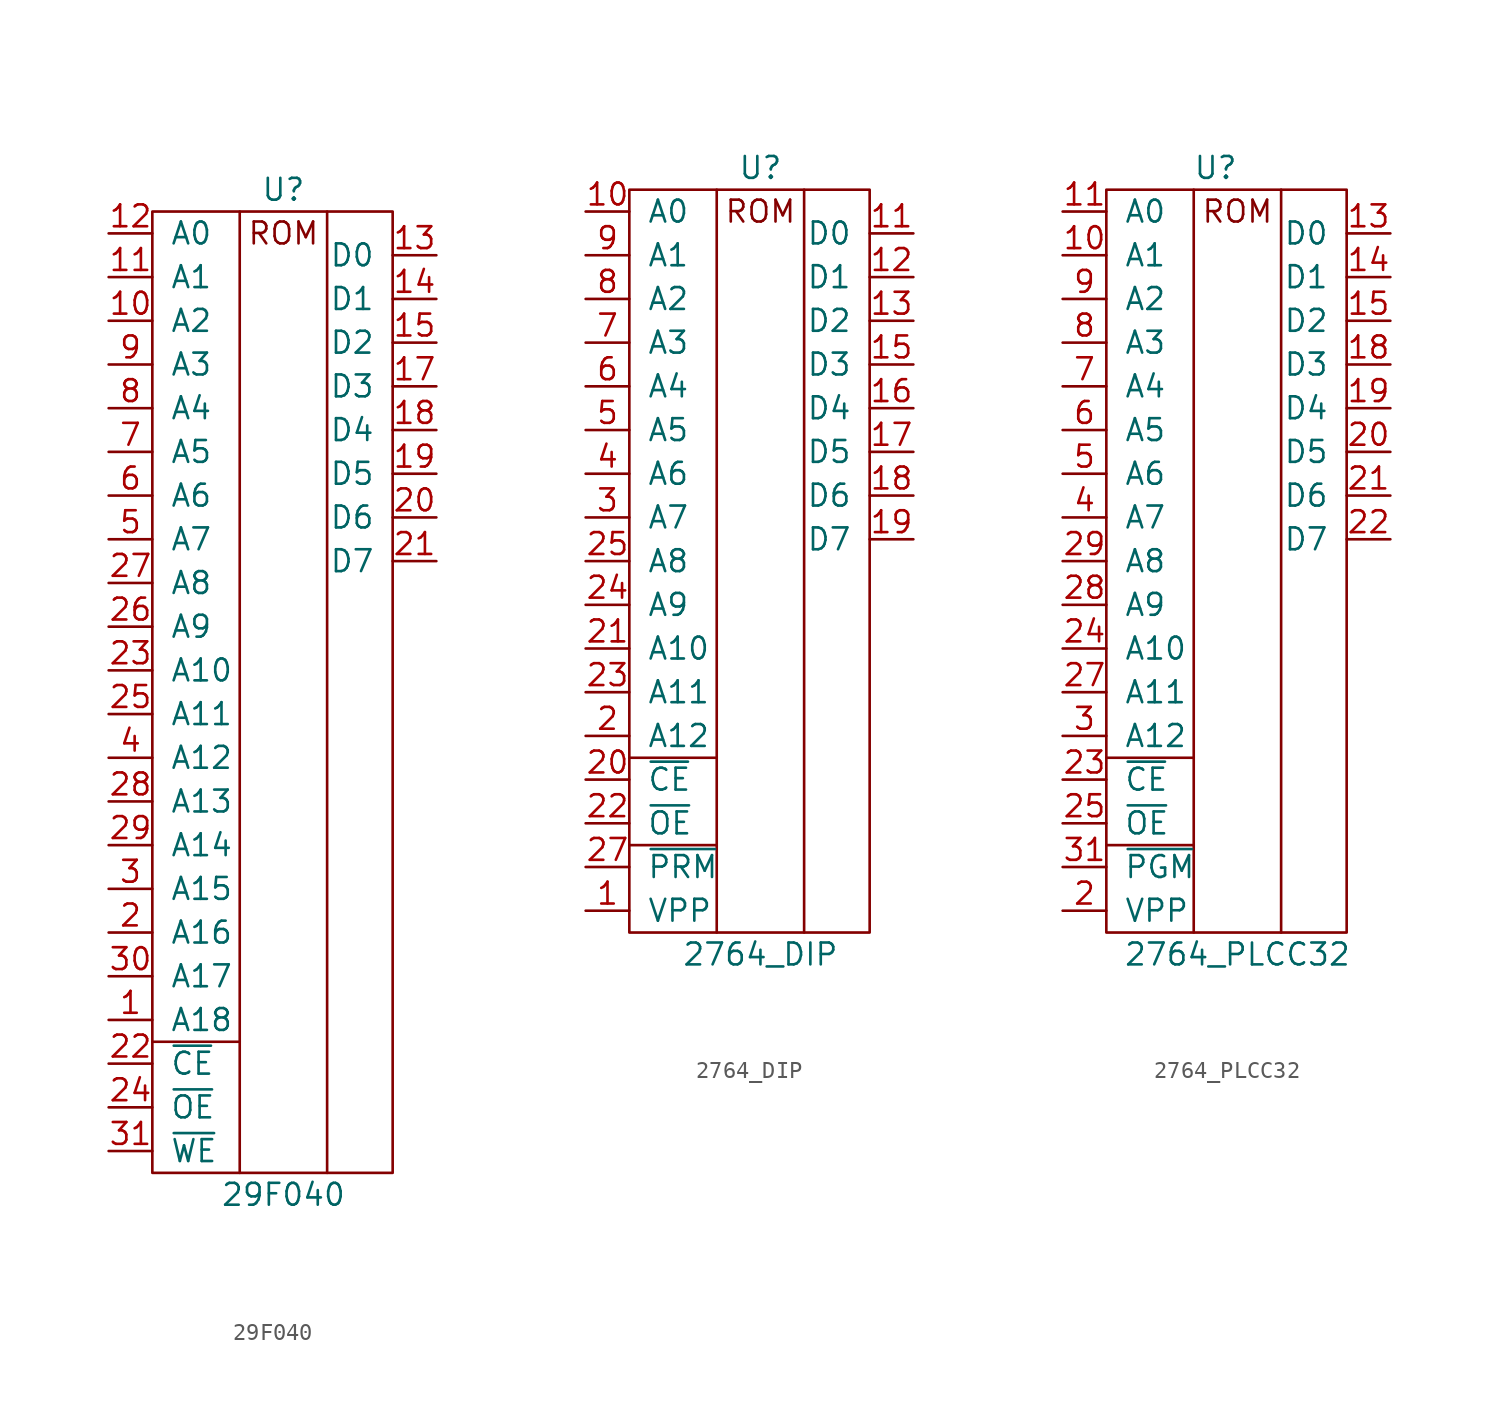
<source format=kicad_sym>
(kicad_symbol_lib
  (version 20211014)
  (generator kicad_symbol_editor)
  (symbol "29F040"
    (pin_names
      (offset 1.016))
    (property "Reference" "U"
      (at 0 27.94 0)
      (effects (font (size 1.27 1.27))))
    (property "Value" "29F040"
      (at 0 -30.48 0)
      (effects (font (size 1.27 1.27))))
    (symbol "29F040_1_1"
      (rectangle (start -7.62 26.67) (end 6.35 -29.21) (stroke (width 0) (type default) (color 0 0 0 0)) (fill (type none)))
      (polyline (pts (xy -7.62 -21.59) (xy -2.54 -21.59)) (stroke (width 0) (type default) (color 0 0 0 0)) (fill (type none)))
      (polyline (pts (xy -2.54 -29.21) (xy -2.54 26.67)) (stroke (width 0) (type default) (color 0 0 0 0)) (fill (type none)))
      (polyline (pts (xy 2.54 26.67) (xy 2.54 -29.21)) (stroke (width 0) (type default) (color 0 0 0 0)) (fill (type none)))
      (text "ROM" (at 0 25.4 0) (effects (font (size 1.27 1.27))))
      (pin input line (at -10.16 -20.32 0) (length 2.54) (name "A18" (effects (font (size 1.27 1.27)))) (number "1" (effects (font (size 1.27 1.27)))))
      (pin input line (at -10.16 20.32 0) (length 2.54) (name "A2" (effects (font (size 1.27 1.27)))) (number "10" (effects (font (size 1.27 1.27)))))
      (pin input line (at -10.16 22.86 0) (length 2.54) (name "A1" (effects (font (size 1.27 1.27)))) (number "11" (effects (font (size 1.27 1.27)))))
      (pin input line (at -10.16 25.4 0) (length 2.54) (name "A0" (effects (font (size 1.27 1.27)))) (number "12" (effects (font (size 1.27 1.27)))))
      (pin bidirectional line (at 8.89 24.13 180) (length 2.54) (name "D0" (effects (font (size 1.27 1.27)))) (number "13" (effects (font (size 1.27 1.27)))))
      (pin bidirectional line (at 8.89 21.59 180) (length 2.54) (name "D1" (effects (font (size 1.27 1.27)))) (number "14" (effects (font (size 1.27 1.27)))))
      (pin bidirectional line (at 8.89 19.05 180) (length 2.54) (name "D2" (effects (font (size 1.27 1.27)))) (number "15" (effects (font (size 1.27 1.27)))))
      (pin power_in line (at 6.35 -29.21 180) (length 0) hide (name "GND" (effects (font (size 1.27 1.27)))) (number "16" (effects (font (size 1.27 1.27)))))
      (pin bidirectional line (at 8.89 16.51 180) (length 2.54) (name "D3" (effects (font (size 1.27 1.27)))) (number "17" (effects (font (size 1.27 1.27)))))
      (pin bidirectional line (at 8.89 13.97 180) (length 2.54) (name "D4" (effects (font (size 1.27 1.27)))) (number "18" (effects (font (size 1.27 1.27)))))
      (pin bidirectional line (at 8.89 11.43 180) (length 2.54) (name "D5" (effects (font (size 1.27 1.27)))) (number "19" (effects (font (size 1.27 1.27)))))
      (pin input line (at -10.16 -15.24 0) (length 2.54) (name "A16" (effects (font (size 1.27 1.27)))) (number "2" (effects (font (size 1.27 1.27)))))
      (pin bidirectional line (at 8.89 8.89 180) (length 2.54) (name "D6" (effects (font (size 1.27 1.27)))) (number "20" (effects (font (size 1.27 1.27)))))
      (pin bidirectional line (at 8.89 6.35 180) (length 2.54) (name "D7" (effects (font (size 1.27 1.27)))) (number "21" (effects (font (size 1.27 1.27)))))
      (pin input line (at -10.16 -22.86 0) (length 2.54) (name "~{CE}" (effects (font (size 1.27 1.27)))) (number "22" (effects (font (size 1.27 1.27)))))
      (pin input line (at -10.16 0 0) (length 2.54) (name "A10" (effects (font (size 1.27 1.27)))) (number "23" (effects (font (size 1.27 1.27)))))
      (pin input line (at -10.16 -25.4 0) (length 2.54) (name "~{OE}" (effects (font (size 1.27 1.27)))) (number "24" (effects (font (size 1.27 1.27)))))
      (pin input line (at -10.16 -2.54 0) (length 2.54) (name "A11" (effects (font (size 1.27 1.27)))) (number "25" (effects (font (size 1.27 1.27)))))
      (pin input line (at -10.16 2.54 0) (length 2.54) (name "A9" (effects (font (size 1.27 1.27)))) (number "26" (effects (font (size 1.27 1.27)))))
      (pin input line (at -10.16 5.08 0) (length 2.54) (name "A8" (effects (font (size 1.27 1.27)))) (number "27" (effects (font (size 1.27 1.27)))))
      (pin input line (at -10.16 -7.62 0) (length 2.54) (name "A13" (effects (font (size 1.27 1.27)))) (number "28" (effects (font (size 1.27 1.27)))))
      (pin input line (at -10.16 -10.16 0) (length 2.54) (name "A14" (effects (font (size 1.27 1.27)))) (number "29" (effects (font (size 1.27 1.27)))))
      (pin input line (at -10.16 -12.7 0) (length 2.54) (name "A15" (effects (font (size 1.27 1.27)))) (number "3" (effects (font (size 1.27 1.27)))))
      (pin input line (at -10.16 -17.78 0) (length 2.54) (name "A17" (effects (font (size 1.27 1.27)))) (number "30" (effects (font (size 1.27 1.27)))))
      (pin input line (at -10.16 -27.94 0) (length 2.54) (name "~{WE}" (effects (font (size 1.27 1.27)))) (number "31" (effects (font (size 1.27 1.27)))))
      (pin power_in line (at 6.35 26.67 180) (length 0) hide (name "VCC" (effects (font (size 1.27 1.27)))) (number "32" (effects (font (size 1.27 1.27)))))
      (pin input line (at -10.16 -5.08 0) (length 2.54) (name "A12" (effects (font (size 1.27 1.27)))) (number "4" (effects (font (size 1.27 1.27)))))
      (pin input line (at -10.16 7.62 0) (length 2.54) (name "A7" (effects (font (size 1.27 1.27)))) (number "5" (effects (font (size 1.27 1.27)))))
      (pin input line (at -10.16 10.16 0) (length 2.54) (name "A6" (effects (font (size 1.27 1.27)))) (number "6" (effects (font (size 1.27 1.27)))))
      (pin input line (at -10.16 12.7 0) (length 2.54) (name "A5" (effects (font (size 1.27 1.27)))) (number "7" (effects (font (size 1.27 1.27)))))
      (pin input line (at -10.16 15.24 0) (length 2.54) (name "A4" (effects (font (size 1.27 1.27)))) (number "8" (effects (font (size 1.27 1.27)))))
      (pin input line (at -10.16 17.78 0) (length 2.54) (name "A3" (effects (font (size 1.27 1.27)))) (number "9" (effects (font (size 1.27 1.27)))))))
  (symbol "2764_DIP"
    (pin_names
      (offset 1.016))
    (property "Reference" "U"
      (at 0 22.86 0)
      (effects (font (size 1.27 1.27))))
    (property "Value" "2764_DIP"
      (at 0 -22.86 0)
      (effects (font (size 1.27 1.27))))
    (symbol "2764_DIP_0_0"
      (polyline (pts (xy 2.54 21.59) (xy 2.54 -21.59)) (stroke (width 0) (type default) (color 0 0 0 0)) (fill (type none)))
      (text "ROM" (at 0 20.32 0) (effects (font (size 1.27 1.27)))))
    (symbol "2764_DIP_0_1"
      (rectangle (start -7.62 21.59) (end 6.35 -21.59) (stroke (width 0) (type default) (color 0 0 0 0)) (fill (type none)))
      (polyline (pts (xy -7.62 -16.51) (xy -2.54 -16.51)) (stroke (width 0) (type default) (color 0 0 0 0)) (fill (type none)))
      (polyline (pts (xy -7.62 -11.43) (xy -2.54 -11.43)) (stroke (width 0) (type default) (color 0 0 0 0)) (fill (type none)))
      (polyline (pts (xy -2.54 -21.59) (xy -2.54 21.59)) (stroke (width 0) (type default) (color 0 0 0 0)) (fill (type none)))
      (pin power_in line (at 6.35 -21.59 180) (length 0) hide (name "GND" (effects (font (size 1.27 1.27)))) (number "14" (effects (font (size 1.27 1.27)))))
      (pin power_in line (at 6.35 21.59 180) (length 0) hide (name "VCC" (effects (font (size 1.27 1.27)))) (number "28" (effects (font (size 1.27 1.27))))))
    (symbol "2764_DIP_1_1"
      (pin input line (at -10.16 -20.32 0) (length 2.54) (name "VPP" (effects (font (size 1.27 1.27)))) (number "1" (effects (font (size 1.27 1.27)))))
      (pin input line (at -10.16 20.32 0) (length 2.54) (name "A0" (effects (font (size 1.27 1.27)))) (number "10" (effects (font (size 1.27 1.27)))))
      (pin output line (at 8.89 19.05 180) (length 2.54) (name "D0" (effects (font (size 1.27 1.27)))) (number "11" (effects (font (size 1.27 1.27)))))
      (pin output line (at 8.89 16.51 180) (length 2.54) (name "D1" (effects (font (size 1.27 1.27)))) (number "12" (effects (font (size 1.27 1.27)))))
      (pin output line (at 8.89 13.97 180) (length 2.54) (name "D2" (effects (font (size 1.27 1.27)))) (number "13" (effects (font (size 1.27 1.27)))))
      (pin output line (at 8.89 11.43 180) (length 2.54) (name "D3" (effects (font (size 1.27 1.27)))) (number "15" (effects (font (size 1.27 1.27)))))
      (pin output line (at 8.89 8.89 180) (length 2.54) (name "D4" (effects (font (size 1.27 1.27)))) (number "16" (effects (font (size 1.27 1.27)))))
      (pin output line (at 8.89 6.35 180) (length 2.54) (name "D5" (effects (font (size 1.27 1.27)))) (number "17" (effects (font (size 1.27 1.27)))))
      (pin output line (at 8.89 3.81 180) (length 2.54) (name "D6" (effects (font (size 1.27 1.27)))) (number "18" (effects (font (size 1.27 1.27)))))
      (pin output line (at 8.89 1.27 180) (length 2.54) (name "D7" (effects (font (size 1.27 1.27)))) (number "19" (effects (font (size 1.27 1.27)))))
      (pin input line (at -10.16 -10.16 0) (length 2.54) (name "A12" (effects (font (size 1.27 1.27)))) (number "2" (effects (font (size 1.27 1.27)))))
      (pin input line (at -10.16 -12.7 0) (length 2.54) (name "~{CE}" (effects (font (size 1.27 1.27)))) (number "20" (effects (font (size 1.27 1.27)))))
      (pin input line (at -10.16 -5.08 0) (length 2.54) (name "A10" (effects (font (size 1.27 1.27)))) (number "21" (effects (font (size 1.27 1.27)))))
      (pin input line (at -10.16 -15.24 0) (length 2.54) (name "~{OE}" (effects (font (size 1.27 1.27)))) (number "22" (effects (font (size 1.27 1.27)))))
      (pin input line (at -10.16 -7.62 0) (length 2.54) (name "A11" (effects (font (size 1.27 1.27)))) (number "23" (effects (font (size 1.27 1.27)))))
      (pin input line (at -10.16 -2.54 0) (length 2.54) (name "A9" (effects (font (size 1.27 1.27)))) (number "24" (effects (font (size 1.27 1.27)))))
      (pin input line (at -10.16 0 0) (length 2.54) (name "A8" (effects (font (size 1.27 1.27)))) (number "25" (effects (font (size 1.27 1.27)))))
      (pin no_connect line (at 6.35 -19.05 180) (length 0) hide (name "NC" (effects (font (size 1.27 1.27)))) (number "26" (effects (font (size 1.27 1.27)))))
      (pin input line (at -10.16 -17.78 0) (length 2.54) (name "~{PRM}" (effects (font (size 1.27 1.27)))) (number "27" (effects (font (size 1.27 1.27)))))
      (pin input line (at -10.16 2.54 0) (length 2.54) (name "A7" (effects (font (size 1.27 1.27)))) (number "3" (effects (font (size 1.27 1.27)))))
      (pin input line (at -10.16 5.08 0) (length 2.54) (name "A6" (effects (font (size 1.27 1.27)))) (number "4" (effects (font (size 1.27 1.27)))))
      (pin input line (at -10.16 7.62 0) (length 2.54) (name "A5" (effects (font (size 1.27 1.27)))) (number "5" (effects (font (size 1.27 1.27)))))
      (pin input line (at -10.16 10.16 0) (length 2.54) (name "A4" (effects (font (size 1.27 1.27)))) (number "6" (effects (font (size 1.27 1.27)))))
      (pin input line (at -10.16 12.7 0) (length 2.54) (name "A3" (effects (font (size 1.27 1.27)))) (number "7" (effects (font (size 1.27 1.27)))))
      (pin input line (at -10.16 15.24 0) (length 2.54) (name "A2" (effects (font (size 1.27 1.27)))) (number "8" (effects (font (size 1.27 1.27)))))
      (pin input line (at -10.16 17.78 0) (length 2.54) (name "A1" (effects (font (size 1.27 1.27)))) (number "9" (effects (font (size 1.27 1.27)))))))
  (symbol "2764_PLCC32"
    (pin_names
      (offset 1.016))
    (property "Reference" "U"
      (at -1.27 22.86 0)
      (effects (font (size 1.27 1.27))))
    (property "Value" "2764_PLCC32"
      (at 0 -22.86 0)
      (effects (font (size 1.27 1.27))))
    (symbol "2764_PLCC32_0_0"
      (text "ROM" (at 0 20.32 0) (effects (font (size 1.27 1.27)))))
    (symbol "2764_PLCC32_0_1"
      (rectangle (start -7.62 21.59) (end 6.35 -21.59) (stroke (width 0) (type default) (color 0 0 0 0)) (fill (type none)))
      (polyline (pts (xy -7.62 -16.51) (xy -2.54 -16.51)) (stroke (width 0) (type default) (color 0 0 0 0)) (fill (type none)))
      (polyline (pts (xy -7.62 -11.43) (xy -2.54 -11.43)) (stroke (width 0) (type default) (color 0 0 0 0)) (fill (type none)))
      (polyline (pts (xy -2.54 -21.59) (xy -2.54 21.59)) (stroke (width 0) (type default) (color 0 0 0 0)) (fill (type none)))
      (polyline (pts (xy 2.54 21.59) (xy 2.54 -21.59)) (stroke (width 0) (type default) (color 0 0 0 0)) (fill (type none)))
      (pin power_in line (at 6.35 -21.59 180) (length 0) hide (name "GND" (effects (font (size 1.27 1.27)))) (number "16" (effects (font (size 1.27 1.27)))))
      (pin no_connect line (at 6.35 -15.24 180) (length 0) hide (name "NC" (effects (font (size 1.27 1.27)))) (number "30" (effects (font (size 1.27 1.27)))))
      (pin power_in line (at 6.35 21.59 180) (length 0) hide (name "VCC" (effects (font (size 1.27 1.27)))) (number "32" (effects (font (size 1.27 1.27))))))
    (symbol "2764_PLCC32_1_1"
      (pin no_connect line (at 6.35 -5.08 180) (length 0) hide (name "DU" (effects (font (size 1.27 1.27)))) (number "1" (effects (font (size 1.27 1.27)))))
      (pin input line (at -10.16 17.78 0) (length 2.54) (name "A1" (effects (font (size 1.27 1.27)))) (number "10" (effects (font (size 1.27 1.27)))))
      (pin input line (at -10.16 20.32 0) (length 2.54) (name "A0" (effects (font (size 1.27 1.27)))) (number "11" (effects (font (size 1.27 1.27)))))
      (pin no_connect line (at 6.35 -7.62 180) (length 0) hide (name "NC" (effects (font (size 1.27 1.27)))) (number "12" (effects (font (size 1.27 1.27)))))
      (pin output line (at 8.89 19.05 180) (length 2.54) (name "D0" (effects (font (size 1.27 1.27)))) (number "13" (effects (font (size 1.27 1.27)))))
      (pin output line (at 8.89 16.51 180) (length 2.54) (name "D1" (effects (font (size 1.27 1.27)))) (number "14" (effects (font (size 1.27 1.27)))))
      (pin output line (at 8.89 13.97 180) (length 2.54) (name "D2" (effects (font (size 1.27 1.27)))) (number "15" (effects (font (size 1.27 1.27)))))
      (pin no_connect line (at 6.35 -10.16 180) (length 0) hide (name "DU" (effects (font (size 1.27 1.27)))) (number "17" (effects (font (size 1.27 1.27)))))
      (pin output line (at 8.89 11.43 180) (length 2.54) (name "D3" (effects (font (size 1.27 1.27)))) (number "18" (effects (font (size 1.27 1.27)))))
      (pin output line (at 8.89 8.89 180) (length 2.54) (name "D4" (effects (font (size 1.27 1.27)))) (number "19" (effects (font (size 1.27 1.27)))))
      (pin input line (at -10.16 -20.32 0) (length 2.54) (name "VPP" (effects (font (size 1.27 1.27)))) (number "2" (effects (font (size 1.27 1.27)))))
      (pin output line (at 8.89 6.35 180) (length 2.54) (name "D5" (effects (font (size 1.27 1.27)))) (number "20" (effects (font (size 1.27 1.27)))))
      (pin output line (at 8.89 3.81 180) (length 2.54) (name "D6" (effects (font (size 1.27 1.27)))) (number "21" (effects (font (size 1.27 1.27)))))
      (pin output line (at 8.89 1.27 180) (length 2.54) (name "D7" (effects (font (size 1.27 1.27)))) (number "22" (effects (font (size 1.27 1.27)))))
      (pin input line (at -10.16 -12.7 0) (length 2.54) (name "~{CE}" (effects (font (size 1.27 1.27)))) (number "23" (effects (font (size 1.27 1.27)))))
      (pin input line (at -10.16 -5.08 0) (length 2.54) (name "A10" (effects (font (size 1.27 1.27)))) (number "24" (effects (font (size 1.27 1.27)))))
      (pin input line (at -10.16 -15.24 0) (length 2.54) (name "~{OE}" (effects (font (size 1.27 1.27)))) (number "25" (effects (font (size 1.27 1.27)))))
      (pin no_connect line (at 6.35 -12.7 180) (length 0) hide (name "NC" (effects (font (size 1.27 1.27)))) (number "26" (effects (font (size 1.27 1.27)))))
      (pin input line (at -10.16 -7.62 0) (length 2.54) (name "A11" (effects (font (size 1.27 1.27)))) (number "27" (effects (font (size 1.27 1.27)))))
      (pin input line (at -10.16 -2.54 0) (length 2.54) (name "A9" (effects (font (size 1.27 1.27)))) (number "28" (effects (font (size 1.27 1.27)))))
      (pin input line (at -10.16 0 0) (length 2.54) (name "A8" (effects (font (size 1.27 1.27)))) (number "29" (effects (font (size 1.27 1.27)))))
      (pin input line (at -10.16 -10.16 0) (length 2.54) (name "A12" (effects (font (size 1.27 1.27)))) (number "3" (effects (font (size 1.27 1.27)))))
      (pin input line (at -10.16 -17.78 0) (length 2.54) (name "~{PGM}" (effects (font (size 1.27 1.27)))) (number "31" (effects (font (size 1.27 1.27)))))
      (pin input line (at -10.16 2.54 0) (length 2.54) (name "A7" (effects (font (size 1.27 1.27)))) (number "4" (effects (font (size 1.27 1.27)))))
      (pin input line (at -10.16 5.08 0) (length 2.54) (name "A6" (effects (font (size 1.27 1.27)))) (number "5" (effects (font (size 1.27 1.27)))))
      (pin input line (at -10.16 7.62 0) (length 2.54) (name "A5" (effects (font (size 1.27 1.27)))) (number "6" (effects (font (size 1.27 1.27)))))
      (pin input line (at -10.16 10.16 0) (length 2.54) (name "A4" (effects (font (size 1.27 1.27)))) (number "7" (effects (font (size 1.27 1.27)))))
      (pin input line (at -10.16 12.7 0) (length 2.54) (name "A3" (effects (font (size 1.27 1.27)))) (number "8" (effects (font (size 1.27 1.27)))))
      (pin input line (at -10.16 15.24 0) (length 2.54) (name "A2" (effects (font (size 1.27 1.27)))) (number "9" (effects (font (size 1.27 1.27))))))))
</source>
